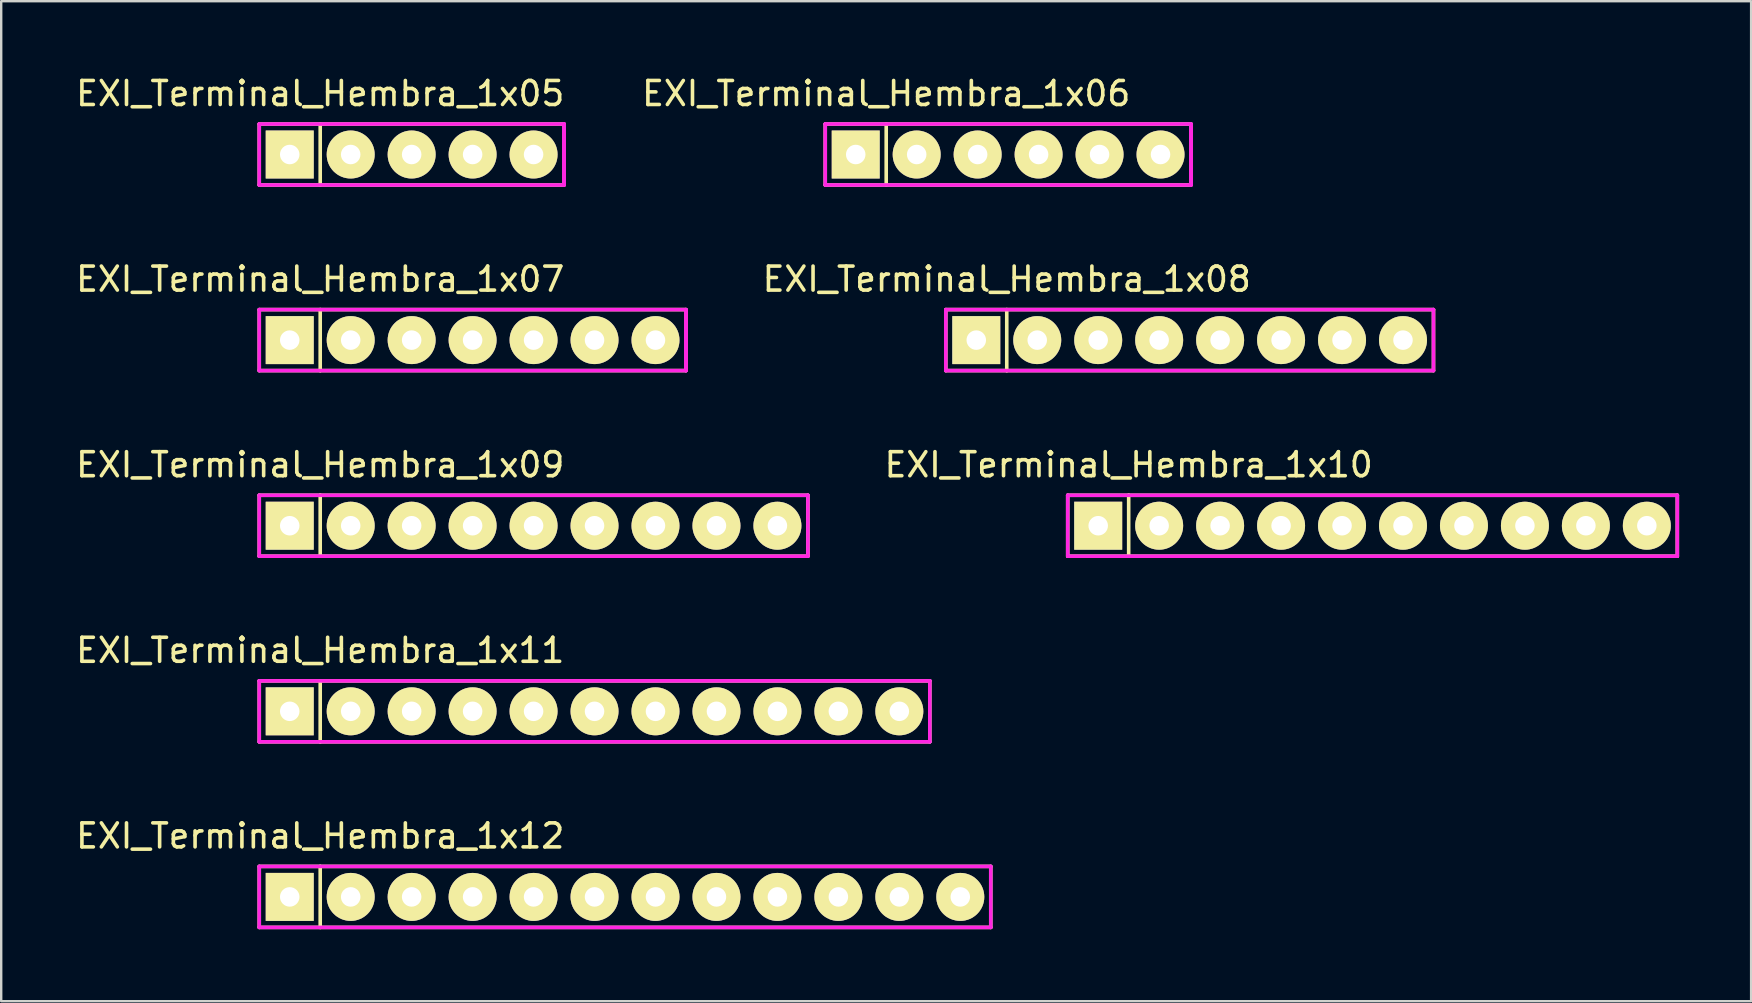
<source format=kicad_pcb>
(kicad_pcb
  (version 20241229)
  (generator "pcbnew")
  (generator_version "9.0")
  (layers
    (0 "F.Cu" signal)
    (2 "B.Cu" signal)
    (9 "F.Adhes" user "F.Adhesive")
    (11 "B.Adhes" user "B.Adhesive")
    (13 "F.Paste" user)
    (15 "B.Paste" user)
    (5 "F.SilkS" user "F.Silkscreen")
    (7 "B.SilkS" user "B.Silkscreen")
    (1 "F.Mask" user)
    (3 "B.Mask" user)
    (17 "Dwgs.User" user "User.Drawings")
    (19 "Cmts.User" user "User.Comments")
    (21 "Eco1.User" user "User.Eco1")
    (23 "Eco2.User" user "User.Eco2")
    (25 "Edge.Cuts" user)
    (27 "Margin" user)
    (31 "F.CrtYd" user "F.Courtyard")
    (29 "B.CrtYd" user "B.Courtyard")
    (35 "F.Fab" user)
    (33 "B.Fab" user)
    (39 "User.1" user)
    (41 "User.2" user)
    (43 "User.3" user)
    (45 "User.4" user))
  (footprint "EXI_Terminal_Hembra_1x06"
    (layer "F.Cu")
    (at 38.955 3.388)
    (property "Reference" "EXI_Terminal_Hembra_1x06" (at -5.08 -2.54 0) (layer "F.SilkS") (effects (font (size 1 1) (thickness 0.15))))
    (attr through_hole)
    (fp_line (start -7.62 -1.27) (end -7.62 1.27) (stroke (width 0.15) (type solid)) (layer "F.SilkS"))
    (fp_line (start -7.62 1.27) (end -5.08 1.27) (stroke (width 0.15) (type solid)) (layer "F.SilkS"))
    (fp_line (start -5.08 -1.27) (end -7.62 -1.27) (stroke (width 0.15) (type solid)) (layer "F.SilkS"))
    (fp_line (start -5.08 1.27) (end -5.08 -1.27) (stroke (width 0.15) (type solid)) (layer "F.SilkS"))
    (fp_line (start -5.08 1.27) (end 7.62 1.27) (stroke (width 0.15) (type solid)) (layer "F.SilkS"))
    (fp_line (start 7.62 -1.27) (end -5.08 -1.27) (stroke (width 0.15) (type solid)) (layer "F.SilkS"))
    (fp_line (start 7.62 -1.27) (end 7.62 1.27) (stroke (width 0.15) (type solid)) (layer "F.SilkS"))
    (fp_line (start -7.62 -1.27) (end 7.62 -1.27) (stroke (width 0.15) (type solid)) (layer "F.CrtYd"))
    (fp_line (start -7.62 1.27) (end -7.62 -1.27) (stroke (width 0.15) (type solid)) (layer "F.CrtYd"))
    (fp_line (start -7.62 1.27) (end 7.62 1.27) (stroke (width 0.15) (type solid)) (layer "F.CrtYd"))
    (fp_line (start 7.62 1.27) (end 7.62 -1.27) (stroke (width 0.15) (type solid)) (layer "F.CrtYd"))
    (fp_line (start 7.62 1.27) (end 7.62 -1.27) (stroke (width 0.15) (type solid)) (layer "F.CrtYd"))
    (pad "1" thru_hole rect (at -6.35 0) (size 1.999 1.999) (drill 0.813) (layers "*.Cu" "*.Mask" "F.SilkS"))
    (pad "2" thru_hole circle (at -3.81 0) (size 1.999 1.999) (drill 0.813) (layers "*.Cu" "*.Mask" "F.SilkS"))
    (pad "3" thru_hole circle (at -1.27 0) (size 1.999 1.999) (drill 0.813) (layers "*.Cu" "*.Mask" "F.SilkS"))
    (pad "4" thru_hole circle (at 1.27 0) (size 1.999 1.999) (drill 0.813) (layers "*.Cu" "*.Mask" "F.SilkS"))
    (pad "5" thru_hole circle (at 3.81 0) (size 1.999 1.999) (drill 0.813) (layers "*.Cu" "*.Mask" "F.SilkS"))
    (pad "6" thru_hole circle (at 6.35 0) (size 1.999 1.999) (drill 0.813) (layers "*.Cu" "*.Mask" "F.SilkS")))
  (footprint "EXI_Terminal_Hembra_1x10"
    (layer "F.Cu")
    (at 54.138 18.855)
    (property "Reference" "EXI_Terminal_Hembra_1x10" (at -10.16 -2.54 0) (layer "F.SilkS") (effects (font (size 1 1) (thickness 0.15))))
    (attr through_hole)
    (fp_line (start -12.7 -1.27) (end -12.7 1.27) (stroke (width 0.15) (type solid)) (layer "F.SilkS"))
    (fp_line (start -12.7 1.27) (end -10.16 1.27) (stroke (width 0.15) (type solid)) (layer "F.SilkS"))
    (fp_line (start -10.16 -1.27) (end -12.7 -1.27) (stroke (width 0.15) (type solid)) (layer "F.SilkS"))
    (fp_line (start -10.16 -1.27) (end 12.7 -1.27) (stroke (width 0.15) (type solid)) (layer "F.SilkS"))
    (fp_line (start -10.16 1.27) (end -10.16 -1.27) (stroke (width 0.15) (type solid)) (layer "F.SilkS"))
    (fp_line (start 12.7 -1.27) (end 12.7 1.27) (stroke (width 0.15) (type solid)) (layer "F.SilkS"))
    (fp_line (start 12.7 1.27) (end -10.16 1.27) (stroke (width 0.15) (type solid)) (layer "F.SilkS"))
    (fp_line (start -12.7 -1.27) (end 12.7 -1.27) (stroke (width 0.15) (type solid)) (layer "F.CrtYd"))
    (fp_line (start -12.7 1.27) (end -12.7 -1.27) (stroke (width 0.15) (type solid)) (layer "F.CrtYd"))
    (fp_line (start 12.7 1.27) (end -12.7 1.27) (stroke (width 0.15) (type solid)) (layer "F.CrtYd"))
    (fp_line (start 12.7 1.27) (end 12.7 -1.27) (stroke (width 0.15) (type solid)) (layer "F.CrtYd"))
    (pad "1" thru_hole rect (at -11.43 0) (size 1.999 1.999) (drill 0.813) (layers "*.Cu" "*.Mask" "F.SilkS"))
    (pad "2" thru_hole circle (at -8.89 0) (size 1.999 1.999) (drill 0.813) (layers "*.Cu" "*.Mask" "F.SilkS"))
    (pad "3" thru_hole circle (at -6.35 0) (size 1.999 1.999) (drill 0.813) (layers "*.Cu" "*.Mask" "F.SilkS"))
    (pad "4" thru_hole circle (at -3.81 0) (size 1.999 1.999) (drill 0.813) (layers "*.Cu" "*.Mask" "F.SilkS"))
    (pad "5" thru_hole circle (at -1.27 0) (size 1.999 1.999) (drill 0.813) (layers "*.Cu" "*.Mask" "F.SilkS"))
    (pad "6" thru_hole circle (at 1.27 0) (size 1.999 1.999) (drill 0.813) (layers "*.Cu" "*.Mask" "F.SilkS"))
    (pad "7" thru_hole circle (at 3.81 0) (size 1.999 1.999) (drill 0.813) (layers "*.Cu" "*.Mask" "F.SilkS"))
    (pad "8" thru_hole circle (at 6.35 0) (size 1.999 1.999) (drill 0.813) (layers "*.Cu" "*.Mask" "F.SilkS"))
    (pad "9" thru_hole circle (at 8.89 0) (size 1.999 1.999) (drill 0.813) (layers "*.Cu" "*.Mask" "F.SilkS"))
    (pad "10" thru_hole circle (at 11.43 0) (size 1.999 1.999) (drill 0.813) (layers "*.Cu" "*.Mask" "F.SilkS")))
  (footprint "EXI_Terminal_Hembra_1x07"
    (layer "F.Cu")
    (at 16.642 11.121)
    (property "Reference" "EXI_Terminal_Hembra_1x07" (at -6.35 -2.54 0) (layer "F.SilkS") (effects (font (size 1 1) (thickness 0.15))))
    (attr through_hole)
    (fp_line (start -8.89 -1.27) (end -8.89 1.27) (stroke (width 0.15) (type solid)) (layer "F.SilkS"))
    (fp_line (start -8.89 1.27) (end -6.35 1.27) (stroke (width 0.15) (type solid)) (layer "F.SilkS"))
    (fp_line (start -6.35 -1.27) (end -8.89 -1.27) (stroke (width 0.15) (type solid)) (layer "F.SilkS"))
    (fp_line (start -6.35 -1.27) (end 8.89 -1.27) (stroke (width 0.15) (type solid)) (layer "F.SilkS"))
    (fp_line (start -6.35 1.27) (end -6.35 -1.27) (stroke (width 0.15) (type solid)) (layer "F.SilkS"))
    (fp_line (start 8.89 -1.27) (end 8.89 1.27) (stroke (width 0.15) (type solid)) (layer "F.SilkS"))
    (fp_line (start 8.89 1.27) (end -6.35 1.27) (stroke (width 0.15) (type solid)) (layer "F.SilkS"))
    (fp_line (start -8.89 1.27) (end -8.89 -1.27) (stroke (width 0.15) (type solid)) (layer "F.CrtYd"))
    (fp_line (start -8.89 1.27) (end 8.89 1.27) (stroke (width 0.15) (type solid)) (layer "F.CrtYd"))
    (fp_line (start 8.89 -1.27) (end -8.89 -1.27) (stroke (width 0.15) (type solid)) (layer "F.CrtYd"))
    (fp_line (start 8.89 1.27) (end 8.89 -1.27) (stroke (width 0.15) (type solid)) (layer "F.CrtYd"))
    (fp_line (start 8.89 1.27) (end 8.89 -1.27) (stroke (width 0.15) (type solid)) (layer "F.CrtYd"))
    (pad "1" thru_hole rect (at -7.62 0) (size 1.999 1.999) (drill 0.813) (layers "*.Cu" "*.Mask" "F.SilkS"))
    (pad "2" thru_hole circle (at -5.08 0) (size 1.999 1.999) (drill 0.813) (layers "*.Cu" "*.Mask" "F.SilkS"))
    (pad "3" thru_hole circle (at -2.54 0) (size 1.999 1.999) (drill 0.813) (layers "*.Cu" "*.Mask" "F.SilkS"))
    (pad "4" thru_hole circle (at 0 0) (size 1.999 1.999) (drill 0.813) (layers "*.Cu" "*.Mask" "F.SilkS"))
    (pad "5" thru_hole circle (at 2.54 0) (size 1.999 1.999) (drill 0.813) (layers "*.Cu" "*.Mask" "F.SilkS"))
    (pad "6" thru_hole circle (at 5.08 0) (size 1.999 1.999) (drill 0.813) (layers "*.Cu" "*.Mask" "F.SilkS"))
    (pad "7" thru_hole circle (at 7.62 0) (size 1.999 1.999) (drill 0.813) (layers "*.Cu" "*.Mask" "F.SilkS")))
  (footprint "EXI_Terminal_Hembra_1x08"
    (layer "F.Cu")
    (at 46.518 11.121)
    (property "Reference" "EXI_Terminal_Hembra_1x08" (at -7.62 -2.54 0) (layer "F.SilkS") (effects (font (size 1 1) (thickness 0.15))))
    (attr through_hole)
    (fp_line (start -10.16 -1.27) (end -10.16 1.27) (stroke (width 0.15) (type solid)) (layer "F.SilkS"))
    (fp_line (start -10.16 1.27) (end -7.62 1.27) (stroke (width 0.15) (type solid)) (layer "F.SilkS"))
    (fp_line (start -7.62 -1.27) (end -10.16 -1.27) (stroke (width 0.15) (type solid)) (layer "F.SilkS"))
    (fp_line (start -7.62 1.27) (end -7.62 -1.27) (stroke (width 0.15) (type solid)) (layer "F.SilkS"))
    (fp_line (start -7.62 1.27) (end 10.16 1.27) (stroke (width 0.15) (type solid)) (layer "F.SilkS"))
    (fp_line (start 10.16 -1.27) (end -7.62 -1.27) (stroke (width 0.15) (type solid)) (layer "F.SilkS"))
    (fp_line (start 10.16 -1.27) (end 10.16 1.27) (stroke (width 0.15) (type solid)) (layer "F.SilkS"))
    (fp_line (start -10.16 -1.27) (end 10.16 -1.27) (stroke (width 0.15) (type solid)) (layer "F.CrtYd"))
    (fp_line (start -10.16 1.27) (end -10.16 -1.27) (stroke (width 0.15) (type solid)) (layer "F.CrtYd"))
    (fp_line (start 10.16 1.27) (end -10.16 1.27) (stroke (width 0.15) (type solid)) (layer "F.CrtYd"))
    (fp_line (start 10.16 1.27) (end 10.16 -1.27) (stroke (width 0.15) (type solid)) (layer "F.CrtYd"))
    (pad "1" thru_hole rect (at -8.89 0) (size 1.999 1.999) (drill 0.813) (layers "*.Cu" "*.Mask" "F.SilkS"))
    (pad "2" thru_hole circle (at -6.35 0) (size 1.999 1.999) (drill 0.813) (layers "*.Cu" "*.Mask" "F.SilkS"))
    (pad "3" thru_hole circle (at -3.81 0) (size 1.999 1.999) (drill 0.813) (layers "*.Cu" "*.Mask" "F.SilkS"))
    (pad "4" thru_hole circle (at -1.27 0) (size 1.999 1.999) (drill 0.813) (layers "*.Cu" "*.Mask" "F.SilkS"))
    (pad "5" thru_hole circle (at 1.27 0) (size 1.999 1.999) (drill 0.813) (layers "*.Cu" "*.Mask" "F.SilkS"))
    (pad "6" thru_hole circle (at 3.81 0) (size 1.999 1.999) (drill 0.813) (layers "*.Cu" "*.Mask" "F.SilkS"))
    (pad "7" thru_hole circle (at 6.35 0) (size 1.999 1.999) (drill 0.813) (layers "*.Cu" "*.Mask" "F.SilkS"))
    (pad "8" thru_hole circle (at 8.89 0) (size 1.999 1.999) (drill 0.813) (layers "*.Cu" "*.Mask" "F.SilkS")))
  (footprint "EXI_Terminal_Hembra_1x11"
    (layer "F.Cu")
    (at 21.722 26.588)
    (property "Reference" "EXI_Terminal_Hembra_1x11" (at -11.43 -2.54 0) (layer "F.SilkS") (effects (font (size 1 1) (thickness 0.15))))
    (attr through_hole)
    (fp_line (start -13.97 -1.27) (end -13.97 1.27) (stroke (width 0.15) (type solid)) (layer "F.SilkS"))
    (fp_line (start -13.97 1.27) (end -11.43 1.27) (stroke (width 0.15) (type solid)) (layer "F.SilkS"))
    (fp_line (start -11.43 -1.27) (end -13.97 -1.27) (stroke (width 0.15) (type solid)) (layer "F.SilkS"))
    (fp_line (start -11.43 -1.27) (end 13.97 -1.27) (stroke (width 0.15) (type solid)) (layer "F.SilkS"))
    (fp_line (start -11.43 1.27) (end -11.43 -1.27) (stroke (width 0.15) (type solid)) (layer "F.SilkS"))
    (fp_line (start -11.43 1.27) (end 13.97 1.27) (stroke (width 0.15) (type solid)) (layer "F.SilkS"))
    (fp_line (start 13.97 -1.27) (end 13.97 1.27) (stroke (width 0.15) (type solid)) (layer "F.SilkS"))
    (fp_line (start -13.97 -1.27) (end 13.97 -1.27) (stroke (width 0.15) (type solid)) (layer "F.CrtYd"))
    (fp_line (start -13.97 1.27) (end -13.97 -1.27) (stroke (width 0.15) (type solid)) (layer "F.CrtYd"))
    (fp_line (start -13.97 1.27) (end 13.97 1.27) (stroke (width 0.15) (type solid)) (layer "F.CrtYd"))
    (fp_line (start 13.97 1.27) (end 13.97 -1.27) (stroke (width 0.15) (type solid)) (layer "F.CrtYd"))
    (pad "1" thru_hole rect (at -12.7 0) (size 1.999 1.999) (drill 0.813) (layers "*.Cu" "*.Mask" "F.SilkS"))
    (pad "2" thru_hole circle (at -10.16 0) (size 1.999 1.999) (drill 0.813) (layers "*.Cu" "*.Mask" "F.SilkS"))
    (pad "3" thru_hole circle (at -7.62 0) (size 1.999 1.999) (drill 0.813) (layers "*.Cu" "*.Mask" "F.SilkS"))
    (pad "4" thru_hole circle (at -5.08 0) (size 1.999 1.999) (drill 0.813) (layers "*.Cu" "*.Mask" "F.SilkS"))
    (pad "5" thru_hole circle (at -2.54 0) (size 1.999 1.999) (drill 0.813) (layers "*.Cu" "*.Mask" "F.SilkS"))
    (pad "6" thru_hole circle (at 0 0) (size 1.999 1.999) (drill 0.813) (layers "*.Cu" "*.Mask" "F.SilkS"))
    (pad "7" thru_hole circle (at 2.54 0) (size 1.999 1.999) (drill 0.813) (layers "*.Cu" "*.Mask" "F.SilkS"))
    (pad "8" thru_hole circle (at 5.08 0) (size 1.999 1.999) (drill 0.813) (layers "*.Cu" "*.Mask" "F.SilkS"))
    (pad "9" thru_hole circle (at 7.62 0) (size 1.999 1.999) (drill 0.813) (layers "*.Cu" "*.Mask" "F.SilkS"))
    (pad "10" thru_hole circle (at 10.16 0) (size 1.999 1.999) (drill 0.813) (layers "*.Cu" "*.Mask" "F.SilkS"))
    (pad "11" thru_hole circle (at 12.7 0) (size 1.999 1.999) (drill 0.813) (layers "*.Cu" "*.Mask" "F.SilkS")))
  (footprint "EXI_Terminal_Hembra_1x12"
    (layer "F.Cu")
    (at 22.992 34.321)
    (property "Reference" "EXI_Terminal_Hembra_1x12" (at -12.7 -2.54 0) (layer "F.SilkS") (effects (font (size 1 1) (thickness 0.15))))
    (attr through_hole)
    (fp_line (start -15.24 -1.27) (end -15.24 1.27) (stroke (width 0.15) (type solid)) (layer "F.SilkS"))
    (fp_line (start -15.24 1.27) (end -12.7 1.27) (stroke (width 0.15) (type solid)) (layer "F.SilkS"))
    (fp_line (start -12.7 -1.27) (end -15.24 -1.27) (stroke (width 0.15) (type solid)) (layer "F.SilkS"))
    (fp_line (start -12.7 -1.27) (end 15.24 -1.27) (stroke (width 0.15) (type solid)) (layer "F.SilkS"))
    (fp_line (start -12.7 1.27) (end -12.7 -1.27) (stroke (width 0.15) (type solid)) (layer "F.SilkS"))
    (fp_line (start -12.7 1.27) (end 15.24 1.27) (stroke (width 0.15) (type solid)) (layer "F.SilkS"))
    (fp_line (start 15.24 -1.27) (end 15.24 1.27) (stroke (width 0.15) (type solid)) (layer "F.SilkS"))
    (fp_line (start -15.24 -1.27) (end 15.24 -1.27) (stroke (width 0.15) (type solid)) (layer "F.CrtYd"))
    (fp_line (start -15.24 1.27) (end -15.24 -1.27) (stroke (width 0.15) (type solid)) (layer "F.CrtYd"))
    (fp_line (start 15.24 1.27) (end -15.24 1.27) (stroke (width 0.15) (type solid)) (layer "F.CrtYd"))
    (fp_line (start 15.24 1.27) (end 15.24 -1.27) (stroke (width 0.15) (type solid)) (layer "F.CrtYd"))
    (pad "1" thru_hole rect (at -13.97 0) (size 1.999 1.999) (drill 0.813) (layers "*.Cu" "*.Mask" "F.SilkS"))
    (pad "2" thru_hole circle (at -11.43 0) (size 1.999 1.999) (drill 0.813) (layers "*.Cu" "*.Mask" "F.SilkS"))
    (pad "3" thru_hole circle (at -8.89 0) (size 1.999 1.999) (drill 0.813) (layers "*.Cu" "*.Mask" "F.SilkS"))
    (pad "4" thru_hole circle (at -6.35 0) (size 1.999 1.999) (drill 0.813) (layers "*.Cu" "*.Mask" "F.SilkS"))
    (pad "5" thru_hole circle (at -3.81 0) (size 1.999 1.999) (drill 0.813) (layers "*.Cu" "*.Mask" "F.SilkS"))
    (pad "6" thru_hole circle (at -1.27 0) (size 1.999 1.999) (drill 0.813) (layers "*.Cu" "*.Mask" "F.SilkS"))
    (pad "7" thru_hole circle (at 1.27 0) (size 1.999 1.999) (drill 0.813) (layers "*.Cu" "*.Mask" "F.SilkS"))
    (pad "8" thru_hole circle (at 3.81 0) (size 1.999 1.999) (drill 0.813) (layers "*.Cu" "*.Mask" "F.SilkS"))
    (pad "9" thru_hole circle (at 6.35 0) (size 1.999 1.999) (drill 0.813) (layers "*.Cu" "*.Mask" "F.SilkS"))
    (pad "10" thru_hole circle (at 8.89 0) (size 1.999 1.999) (drill 0.813) (layers "*.Cu" "*.Mask" "F.SilkS"))
    (pad "11" thru_hole circle (at 11.43 0) (size 1.999 1.999) (drill 0.813) (layers "*.Cu" "*.Mask" "F.SilkS"))
    (pad "12" thru_hole circle (at 13.97 0) (size 1.999 1.999) (drill 0.813) (layers "*.Cu" "*.Mask" "F.SilkS")))
  (footprint "EXI_Terminal_Hembra_1x09"
    (layer "F.Cu")
    (at 19.182 18.855)
    (property "Reference" "EXI_Terminal_Hembra_1x09" (at -8.89 -2.54 0) (layer "F.SilkS") (effects (font (size 1 1) (thickness 0.15))))
    (attr through_hole)
    (fp_line (start -11.43 -1.27) (end -11.43 1.27) (stroke (width 0.15) (type solid)) (layer "F.SilkS"))
    (fp_line (start -11.43 1.27) (end -8.89 1.27) (stroke (width 0.15) (type solid)) (layer "F.SilkS"))
    (fp_line (start -8.89 -1.27) (end -11.43 -1.27) (stroke (width 0.15) (type solid)) (layer "F.SilkS"))
    (fp_line (start -8.89 -1.27) (end 11.43 -1.27) (stroke (width 0.15) (type solid)) (layer "F.SilkS"))
    (fp_line (start -8.89 1.27) (end -8.89 -1.27) (stroke (width 0.15) (type solid)) (layer "F.SilkS"))
    (fp_line (start -8.89 1.27) (end 11.43 1.27) (stroke (width 0.15) (type solid)) (layer "F.SilkS"))
    (fp_line (start 11.43 -1.27) (end 11.43 1.27) (stroke (width 0.15) (type solid)) (layer "F.SilkS"))
    (fp_line (start -11.43 -1.27) (end 11.43 -1.27) (stroke (width 0.15) (type solid)) (layer "F.CrtYd"))
    (fp_line (start -11.43 1.27) (end -11.43 -1.27) (stroke (width 0.15) (type solid)) (layer "F.CrtYd"))
    (fp_line (start 11.43 1.27) (end -11.43 1.27) (stroke (width 0.15) (type solid)) (layer "F.CrtYd"))
    (fp_line (start 11.43 1.27) (end 11.43 -1.27) (stroke (width 0.15) (type solid)) (layer "F.CrtYd"))
    (pad "1" thru_hole rect (at -10.16 0) (size 1.999 1.999) (drill 0.813) (layers "*.Cu" "*.Mask" "F.SilkS"))
    (pad "2" thru_hole circle (at -7.62 0) (size 1.999 1.999) (drill 0.813) (layers "*.Cu" "*.Mask" "F.SilkS"))
    (pad "3" thru_hole circle (at -5.08 0) (size 1.999 1.999) (drill 0.813) (layers "*.Cu" "*.Mask" "F.SilkS"))
    (pad "4" thru_hole circle (at -2.54 0) (size 1.999 1.999) (drill 0.813) (layers "*.Cu" "*.Mask" "F.SilkS"))
    (pad "5" thru_hole circle (at 0 0) (size 1.999 1.999) (drill 0.813) (layers "*.Cu" "*.Mask" "F.SilkS"))
    (pad "6" thru_hole circle (at 2.54 0) (size 1.999 1.999) (drill 0.813) (layers "*.Cu" "*.Mask" "F.SilkS"))
    (pad "7" thru_hole circle (at 5.08 0) (size 1.999 1.999) (drill 0.813) (layers "*.Cu" "*.Mask" "F.SilkS"))
    (pad "8" thru_hole circle (at 7.62 0) (size 1.999 1.999) (drill 0.813) (layers "*.Cu" "*.Mask" "F.SilkS"))
    (pad "9" thru_hole circle (at 10.16 0) (size 1.999 1.999) (drill 0.813) (layers "*.Cu" "*.Mask" "F.SilkS")))
  (footprint "EXI_Terminal_Hembra_1x05"
    (layer "F.Cu")
    (at 14.102 3.388)
    (property "Reference" "EXI_Terminal_Hembra_1x05" (at -3.81 -2.54 0) (layer "F.SilkS") (effects (font (size 1 1) (thickness 0.15))))
    (attr through_hole)
    (fp_line (start -6.35 -1.27) (end -6.35 1.27) (stroke (width 0.15) (type solid)) (layer "F.SilkS"))
    (fp_line (start -6.35 1.27) (end -3.81 1.27) (stroke (width 0.15) (type solid)) (layer "F.SilkS"))
    (fp_line (start -3.81 -1.27) (end -6.35 -1.27) (stroke (width 0.15) (type solid)) (layer "F.SilkS"))
    (fp_line (start -3.81 -1.27) (end 6.35 -1.27) (stroke (width 0.15) (type solid)) (layer "F.SilkS"))
    (fp_line (start -3.81 1.27) (end -3.81 -1.27) (stroke (width 0.15) (type solid)) (layer "F.SilkS"))
    (fp_line (start -3.81 1.27) (end 6.35 1.27) (stroke (width 0.15) (type solid)) (layer "F.SilkS"))
    (fp_line (start 6.35 -1.27) (end 6.35 1.27) (stroke (width 0.15) (type solid)) (layer "F.SilkS"))
    (fp_line (start -6.35 -1.27) (end 6.35 -1.27) (stroke (width 0.15) (type solid)) (layer "F.CrtYd"))
    (fp_line (start -6.35 1.27) (end -6.35 -1.27) (stroke (width 0.15) (type solid)) (layer "F.CrtYd"))
    (fp_line (start 6.35 1.27) (end -6.35 1.27) (stroke (width 0.15) (type solid)) (layer "F.CrtYd"))
    (fp_line (start 6.35 1.27) (end 6.35 -1.27) (stroke (width 0.15) (type solid)) (layer "F.CrtYd"))
    (fp_line (start 6.35 1.27) (end 6.35 -1.27) (stroke (width 0.15) (type solid)) (layer "F.CrtYd"))
    (pad "1" thru_hole rect (at -5.08 0) (size 1.999 1.999) (drill 0.813) (layers "*.Cu" "*.Mask" "F.SilkS"))
    (pad "2" thru_hole circle (at -2.54 0) (size 1.999 1.999) (drill 0.813) (layers "*.Cu" "*.Mask" "F.SilkS"))
    (pad "3" thru_hole circle (at 0 0) (size 1.999 1.999) (drill 0.813) (layers "*.Cu" "*.Mask" "F.SilkS"))
    (pad "4" thru_hole circle (at 2.54 0) (size 1.999 1.999) (drill 0.813) (layers "*.Cu" "*.Mask" "F.SilkS"))
    (pad "5" thru_hole circle (at 5.08 0) (size 1.999 1.999) (drill 0.813) (layers "*.Cu" "*.Mask" "F.SilkS")))
  (gr_rect
    (start -3 -3)
    (end 69.913 38.666)
    (stroke (width 0.1) (type default))
    (fill no)
    (layer "Edge.Cuts")))
</source>
